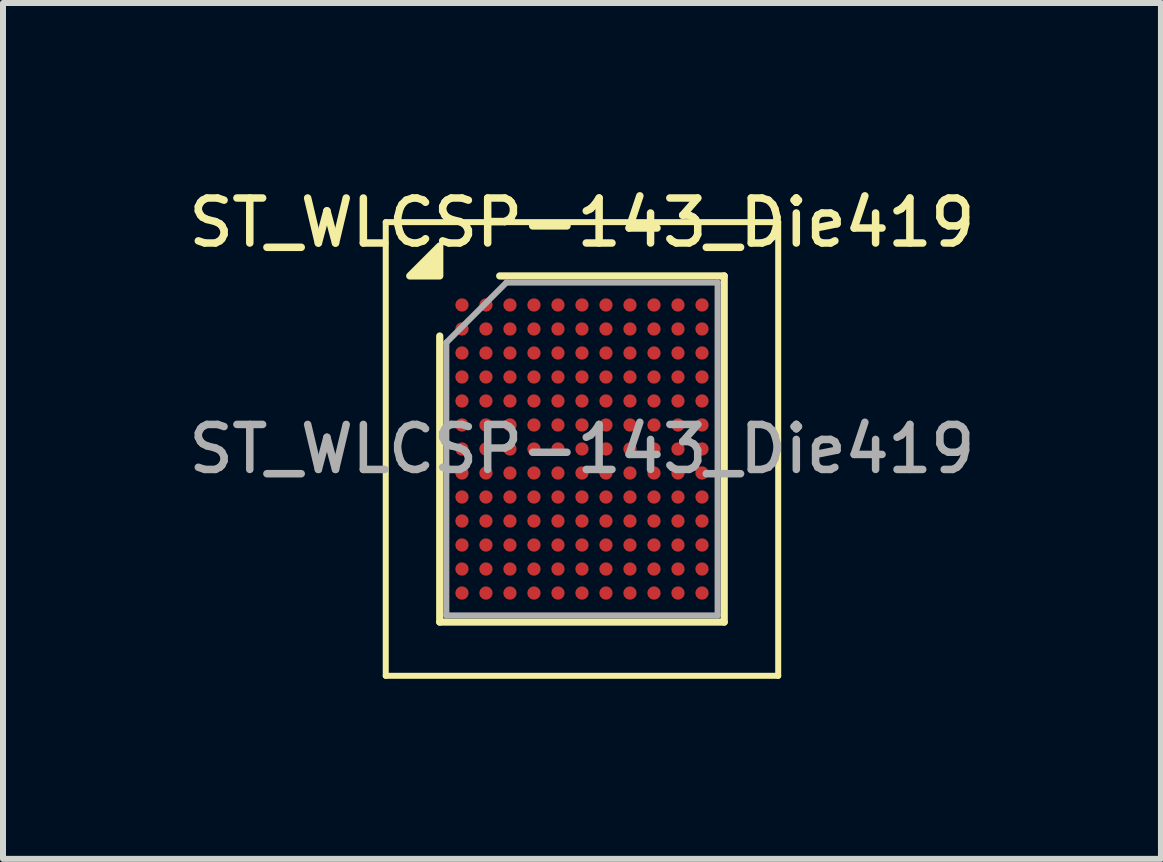
<source format=kicad_pcb>
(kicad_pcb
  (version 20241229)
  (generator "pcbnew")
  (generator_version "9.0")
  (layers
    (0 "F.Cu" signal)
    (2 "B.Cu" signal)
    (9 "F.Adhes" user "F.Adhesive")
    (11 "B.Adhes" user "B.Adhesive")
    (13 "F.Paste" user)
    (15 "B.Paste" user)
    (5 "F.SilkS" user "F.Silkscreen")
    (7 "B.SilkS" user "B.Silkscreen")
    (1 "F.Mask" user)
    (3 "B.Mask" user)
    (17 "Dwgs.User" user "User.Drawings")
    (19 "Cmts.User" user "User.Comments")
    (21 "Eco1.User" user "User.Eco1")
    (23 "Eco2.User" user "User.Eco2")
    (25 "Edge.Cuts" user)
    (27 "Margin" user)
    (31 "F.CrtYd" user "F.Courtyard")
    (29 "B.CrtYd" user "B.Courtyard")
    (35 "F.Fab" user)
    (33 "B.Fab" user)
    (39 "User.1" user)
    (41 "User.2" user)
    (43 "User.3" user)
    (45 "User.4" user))
  (footprint "ST_WLCSP-143_Die419"
    (layer "F.Cu")
    (at 6.648 4.432)
    (property "Reference" "ST_WLCSP-143_Die419" (at 0 -3.773 0) (layer "F.SilkS") (effects (font (size 0.75 0.75) (thickness 0.125))))
    (attr smd)
    (fp_line (start -3.27 -3.78) (end -3.27 3.78) (stroke (width 0.1) (type solid)) (layer "F.SilkS"))
    (fp_line (start -3.27 3.78) (end 3.27 3.78) (stroke (width 0.1) (type solid)) (layer "F.SilkS"))
    (fp_line (start -2.37 2.884) (end -2.37 -1.883) (stroke (width 0.12) (type solid)) (layer "F.SilkS"))
    (fp_line (start -1.371 -2.884) (end 2.37 -2.884) (stroke (width 0.12) (type solid)) (layer "F.SilkS"))
    (fp_line (start 2.37 -2.884) (end 2.37 2.884) (stroke (width 0.12) (type solid)) (layer "F.SilkS"))
    (fp_line (start 2.37 2.884) (end -2.37 2.884) (stroke (width 0.12) (type solid)) (layer "F.SilkS"))
    (fp_line (start 3.27 -3.78) (end -3.27 -3.78) (stroke (width 0.1) (type solid)) (layer "F.SilkS"))
    (fp_line (start 3.27 3.78) (end 3.27 -3.78) (stroke (width 0.1) (type solid)) (layer "F.SilkS"))
    (fp_poly (pts (xy -2.37 -2.884) (xy -2.87 -2.884) (xy -2.37 -3.384) (xy -2.37 -2.884)) (stroke (width 0.12) (type solid)) (fill yes) (layer "F.SilkS"))
    (fp_line (start -2.26 -1.774) (end -1.26 -2.773) (stroke (width 0.1) (type solid)) (layer "F.Fab"))
    (fp_line (start -2.26 2.773) (end -2.26 -1.774) (stroke (width 0.1) (type solid)) (layer "F.Fab"))
    (fp_line (start -1.26 -2.773) (end 2.26 -2.773) (stroke (width 0.1) (type solid)) (layer "F.Fab"))
    (fp_line (start 2.26 -2.773) (end 2.26 2.773) (stroke (width 0.1) (type solid)) (layer "F.Fab"))
    (fp_line (start 2.26 2.773) (end -2.26 2.773) (stroke (width 0.1) (type solid)) (layer "F.Fab"))
    (fp_text user "${REFERENCE}" (at 0 0 0) (layer "F.Fab") (effects (font (size 0.75 0.75) (thickness 0.125))))
    (pad "A1" smd circle (at -2 -2.4) (size 0.22 0.22) (property pad_prop_bga) (layers "F.Cu" "F.Mask" "F.Paste"))
    (pad "A2" smd circle (at -1.6 -2.4) (size 0.22 0.22) (property pad_prop_bga) (layers "F.Cu" "F.Mask" "F.Paste"))
    (pad "A3" smd circle (at -1.2 -2.4) (size 0.22 0.22) (property pad_prop_bga) (layers "F.Cu" "F.Mask" "F.Paste"))
    (pad "A4" smd circle (at -0.8 -2.4) (size 0.22 0.22) (property pad_prop_bga) (layers "F.Cu" "F.Mask" "F.Paste"))
    (pad "A5" smd circle (at -0.4 -2.4) (size 0.22 0.22) (property pad_prop_bga) (layers "F.Cu" "F.Mask" "F.Paste"))
    (pad "A6" smd circle (at 0 -2.4) (size 0.22 0.22) (property pad_prop_bga) (layers "F.Cu" "F.Mask" "F.Paste"))
    (pad "A7" smd circle (at 0.4 -2.4) (size 0.22 0.22) (property pad_prop_bga) (layers "F.Cu" "F.Mask" "F.Paste"))
    (pad "A8" smd circle (at 0.8 -2.4) (size 0.22 0.22) (property pad_prop_bga) (layers "F.Cu" "F.Mask" "F.Paste"))
    (pad "A9" smd circle (at 1.2 -2.4) (size 0.22 0.22) (property pad_prop_bga) (layers "F.Cu" "F.Mask" "F.Paste"))
    (pad "A10" smd circle (at 1.6 -2.4) (size 0.22 0.22) (property pad_prop_bga) (layers "F.Cu" "F.Mask" "F.Paste"))
    (pad "A11" smd circle (at 2 -2.4) (size 0.22 0.22) (property pad_prop_bga) (layers "F.Cu" "F.Mask" "F.Paste"))
    (pad "B1" smd circle (at -2 -2) (size 0.22 0.22) (property pad_prop_bga) (layers "F.Cu" "F.Mask" "F.Paste"))
    (pad "B2" smd circle (at -1.6 -2) (size 0.22 0.22) (property pad_prop_bga) (layers "F.Cu" "F.Mask" "F.Paste"))
    (pad "B3" smd circle (at -1.2 -2) (size 0.22 0.22) (property pad_prop_bga) (layers "F.Cu" "F.Mask" "F.Paste"))
    (pad "B4" smd circle (at -0.8 -2) (size 0.22 0.22) (property pad_prop_bga) (layers "F.Cu" "F.Mask" "F.Paste"))
    (pad "B5" smd circle (at -0.4 -2) (size 0.22 0.22) (property pad_prop_bga) (layers "F.Cu" "F.Mask" "F.Paste"))
    (pad "B6" smd circle (at 0 -2) (size 0.22 0.22) (property pad_prop_bga) (layers "F.Cu" "F.Mask" "F.Paste"))
    (pad "B7" smd circle (at 0.4 -2) (size 0.22 0.22) (property pad_prop_bga) (layers "F.Cu" "F.Mask" "F.Paste"))
    (pad "B8" smd circle (at 0.8 -2) (size 0.22 0.22) (property pad_prop_bga) (layers "F.Cu" "F.Mask" "F.Paste"))
    (pad "B9" smd circle (at 1.2 -2) (size 0.22 0.22) (property pad_prop_bga) (layers "F.Cu" "F.Mask" "F.Paste"))
    (pad "B10" smd circle (at 1.6 -2) (size 0.22 0.22) (property pad_prop_bga) (layers "F.Cu" "F.Mask" "F.Paste"))
    (pad "B11" smd circle (at 2 -2) (size 0.22 0.22) (property pad_prop_bga) (layers "F.Cu" "F.Mask" "F.Paste"))
    (pad "C1" smd circle (at -2 -1.6) (size 0.22 0.22) (property pad_prop_bga) (layers "F.Cu" "F.Mask" "F.Paste"))
    (pad "C2" smd circle (at -1.6 -1.6) (size 0.22 0.22) (property pad_prop_bga) (layers "F.Cu" "F.Mask" "F.Paste"))
    (pad "C3" smd circle (at -1.2 -1.6) (size 0.22 0.22) (property pad_prop_bga) (layers "F.Cu" "F.Mask" "F.Paste"))
    (pad "C4" smd circle (at -0.8 -1.6) (size 0.22 0.22) (property pad_prop_bga) (layers "F.Cu" "F.Mask" "F.Paste"))
    (pad "C5" smd circle (at -0.4 -1.6) (size 0.22 0.22) (property pad_prop_bga) (layers "F.Cu" "F.Mask" "F.Paste"))
    (pad "C6" smd circle (at 0 -1.6) (size 0.22 0.22) (property pad_prop_bga) (layers "F.Cu" "F.Mask" "F.Paste"))
    (pad "C7" smd circle (at 0.4 -1.6) (size 0.22 0.22) (property pad_prop_bga) (layers "F.Cu" "F.Mask" "F.Paste"))
    (pad "C8" smd circle (at 0.8 -1.6) (size 0.22 0.22) (property pad_prop_bga) (layers "F.Cu" "F.Mask" "F.Paste"))
    (pad "C9" smd circle (at 1.2 -1.6) (size 0.22 0.22) (property pad_prop_bga) (layers "F.Cu" "F.Mask" "F.Paste"))
    (pad "C10" smd circle (at 1.6 -1.6) (size 0.22 0.22) (property pad_prop_bga) (layers "F.Cu" "F.Mask" "F.Paste"))
    (pad "C11" smd circle (at 2 -1.6) (size 0.22 0.22) (property pad_prop_bga) (layers "F.Cu" "F.Mask" "F.Paste"))
    (pad "D1" smd circle (at -2 -1.2) (size 0.22 0.22) (property pad_prop_bga) (layers "F.Cu" "F.Mask" "F.Paste"))
    (pad "D2" smd circle (at -1.6 -1.2) (size 0.22 0.22) (property pad_prop_bga) (layers "F.Cu" "F.Mask" "F.Paste"))
    (pad "D3" smd circle (at -1.2 -1.2) (size 0.22 0.22) (property pad_prop_bga) (layers "F.Cu" "F.Mask" "F.Paste"))
    (pad "D4" smd circle (at -0.8 -1.2) (size 0.22 0.22) (property pad_prop_bga) (layers "F.Cu" "F.Mask" "F.Paste"))
    (pad "D5" smd circle (at -0.4 -1.2) (size 0.22 0.22) (property pad_prop_bga) (layers "F.Cu" "F.Mask" "F.Paste"))
    (pad "D6" smd circle (at 0 -1.2) (size 0.22 0.22) (property pad_prop_bga) (layers "F.Cu" "F.Mask" "F.Paste"))
    (pad "D7" smd circle (at 0.4 -1.2) (size 0.22 0.22) (property pad_prop_bga) (layers "F.Cu" "F.Mask" "F.Paste"))
    (pad "D8" smd circle (at 0.8 -1.2) (size 0.22 0.22) (property pad_prop_bga) (layers "F.Cu" "F.Mask" "F.Paste"))
    (pad "D9" smd circle (at 1.2 -1.2) (size 0.22 0.22) (property pad_prop_bga) (layers "F.Cu" "F.Mask" "F.Paste"))
    (pad "D10" smd circle (at 1.6 -1.2) (size 0.22 0.22) (property pad_prop_bga) (layers "F.Cu" "F.Mask" "F.Paste"))
    (pad "D11" smd circle (at 2 -1.2) (size 0.22 0.22) (property pad_prop_bga) (layers "F.Cu" "F.Mask" "F.Paste"))
    (pad "E1" smd circle (at -2 -0.8) (size 0.22 0.22) (property pad_prop_bga) (layers "F.Cu" "F.Mask" "F.Paste"))
    (pad "E2" smd circle (at -1.6 -0.8) (size 0.22 0.22) (property pad_prop_bga) (layers "F.Cu" "F.Mask" "F.Paste"))
    (pad "E3" smd circle (at -1.2 -0.8) (size 0.22 0.22) (property pad_prop_bga) (layers "F.Cu" "F.Mask" "F.Paste"))
    (pad "E4" smd circle (at -0.8 -0.8) (size 0.22 0.22) (property pad_prop_bga) (layers "F.Cu" "F.Mask" "F.Paste"))
    (pad "E5" smd circle (at -0.4 -0.8) (size 0.22 0.22) (property pad_prop_bga) (layers "F.Cu" "F.Mask" "F.Paste"))
    (pad "E6" smd circle (at 0 -0.8) (size 0.22 0.22) (property pad_prop_bga) (layers "F.Cu" "F.Mask" "F.Paste"))
    (pad "E7" smd circle (at 0.4 -0.8) (size 0.22 0.22) (property pad_prop_bga) (layers "F.Cu" "F.Mask" "F.Paste"))
    (pad "E8" smd circle (at 0.8 -0.8) (size 0.22 0.22) (property pad_prop_bga) (layers "F.Cu" "F.Mask" "F.Paste"))
    (pad "E9" smd circle (at 1.2 -0.8) (size 0.22 0.22) (property pad_prop_bga) (layers "F.Cu" "F.Mask" "F.Paste"))
    (pad "E10" smd circle (at 1.6 -0.8) (size 0.22 0.22) (property pad_prop_bga) (layers "F.Cu" "F.Mask" "F.Paste"))
    (pad "E11" smd circle (at 2 -0.8) (size 0.22 0.22) (property pad_prop_bga) (layers "F.Cu" "F.Mask" "F.Paste"))
    (pad "F1" smd circle (at -2 -0.4) (size 0.22 0.22) (property pad_prop_bga) (layers "F.Cu" "F.Mask" "F.Paste"))
    (pad "F2" smd circle (at -1.6 -0.4) (size 0.22 0.22) (property pad_prop_bga) (layers "F.Cu" "F.Mask" "F.Paste"))
    (pad "F3" smd circle (at -1.2 -0.4) (size 0.22 0.22) (property pad_prop_bga) (layers "F.Cu" "F.Mask" "F.Paste"))
    (pad "F4" smd circle (at -0.8 -0.4) (size 0.22 0.22) (property pad_prop_bga) (layers "F.Cu" "F.Mask" "F.Paste"))
    (pad "F5" smd circle (at -0.4 -0.4) (size 0.22 0.22) (property pad_prop_bga) (layers "F.Cu" "F.Mask" "F.Paste"))
    (pad "F6" smd circle (at 0 -0.4) (size 0.22 0.22) (property pad_prop_bga) (layers "F.Cu" "F.Mask" "F.Paste"))
    (pad "F7" smd circle (at 0.4 -0.4) (size 0.22 0.22) (property pad_prop_bga) (layers "F.Cu" "F.Mask" "F.Paste"))
    (pad "F8" smd circle (at 0.8 -0.4) (size 0.22 0.22) (property pad_prop_bga) (layers "F.Cu" "F.Mask" "F.Paste"))
    (pad "F9" smd circle (at 1.2 -0.4) (size 0.22 0.22) (property pad_prop_bga) (layers "F.Cu" "F.Mask" "F.Paste"))
    (pad "F10" smd circle (at 1.6 -0.4) (size 0.22 0.22) (property pad_prop_bga) (layers "F.Cu" "F.Mask" "F.Paste"))
    (pad "F11" smd circle (at 2 -0.4) (size 0.22 0.22) (property pad_prop_bga) (layers "F.Cu" "F.Mask" "F.Paste"))
    (pad "G1" smd circle (at -2 0) (size 0.22 0.22) (property pad_prop_bga) (layers "F.Cu" "F.Mask" "F.Paste"))
    (pad "G2" smd circle (at -1.6 0) (size 0.22 0.22) (property pad_prop_bga) (layers "F.Cu" "F.Mask" "F.Paste"))
    (pad "G3" smd circle (at -1.2 0) (size 0.22 0.22) (property pad_prop_bga) (layers "F.Cu" "F.Mask" "F.Paste"))
    (pad "G4" smd circle (at -0.8 0) (size 0.22 0.22) (property pad_prop_bga) (layers "F.Cu" "F.Mask" "F.Paste"))
    (pad "G5" smd circle (at -0.4 0) (size 0.22 0.22) (property pad_prop_bga) (layers "F.Cu" "F.Mask" "F.Paste"))
    (pad "G6" smd circle (at 0 0) (size 0.22 0.22) (property pad_prop_bga) (layers "F.Cu" "F.Mask" "F.Paste"))
    (pad "G7" smd circle (at 0.4 0) (size 0.22 0.22) (property pad_prop_bga) (layers "F.Cu" "F.Mask" "F.Paste"))
    (pad "G8" smd circle (at 0.8 0) (size 0.22 0.22) (property pad_prop_bga) (layers "F.Cu" "F.Mask" "F.Paste"))
    (pad "G9" smd circle (at 1.2 0) (size 0.22 0.22) (property pad_prop_bga) (layers "F.Cu" "F.Mask" "F.Paste"))
    (pad "G10" smd circle (at 1.6 0) (size 0.22 0.22) (property pad_prop_bga) (layers "F.Cu" "F.Mask" "F.Paste"))
    (pad "G11" smd circle (at 2 0) (size 0.22 0.22) (property pad_prop_bga) (layers "F.Cu" "F.Mask" "F.Paste"))
    (pad "H1" smd circle (at -2 0.4) (size 0.22 0.22) (property pad_prop_bga) (layers "F.Cu" "F.Mask" "F.Paste"))
    (pad "H2" smd circle (at -1.6 0.4) (size 0.22 0.22) (property pad_prop_bga) (layers "F.Cu" "F.Mask" "F.Paste"))
    (pad "H3" smd circle (at -1.2 0.4) (size 0.22 0.22) (property pad_prop_bga) (layers "F.Cu" "F.Mask" "F.Paste"))
    (pad "H4" smd circle (at -0.8 0.4) (size 0.22 0.22) (property pad_prop_bga) (layers "F.Cu" "F.Mask" "F.Paste"))
    (pad "H5" smd circle (at -0.4 0.4) (size 0.22 0.22) (property pad_prop_bga) (layers "F.Cu" "F.Mask" "F.Paste"))
    (pad "H6" smd circle (at 0 0.4) (size 0.22 0.22) (property pad_prop_bga) (layers "F.Cu" "F.Mask" "F.Paste"))
    (pad "H7" smd circle (at 0.4 0.4) (size 0.22 0.22) (property pad_prop_bga) (layers "F.Cu" "F.Mask" "F.Paste"))
    (pad "H8" smd circle (at 0.8 0.4) (size 0.22 0.22) (property pad_prop_bga) (layers "F.Cu" "F.Mask" "F.Paste"))
    (pad "H9" smd circle (at 1.2 0.4) (size 0.22 0.22) (property pad_prop_bga) (layers "F.Cu" "F.Mask" "F.Paste"))
    (pad "H10" smd circle (at 1.6 0.4) (size 0.22 0.22) (property pad_prop_bga) (layers "F.Cu" "F.Mask" "F.Paste"))
    (pad "H11" smd circle (at 2 0.4) (size 0.22 0.22) (property pad_prop_bga) (layers "F.Cu" "F.Mask" "F.Paste"))
    (pad "J1" smd circle (at -2 0.8) (size 0.22 0.22) (property pad_prop_bga) (layers "F.Cu" "F.Mask" "F.Paste"))
    (pad "J2" smd circle (at -1.6 0.8) (size 0.22 0.22) (property pad_prop_bga) (layers "F.Cu" "F.Mask" "F.Paste"))
    (pad "J3" smd circle (at -1.2 0.8) (size 0.22 0.22) (property pad_prop_bga) (layers "F.Cu" "F.Mask" "F.Paste"))
    (pad "J4" smd circle (at -0.8 0.8) (size 0.22 0.22) (property pad_prop_bga) (layers "F.Cu" "F.Mask" "F.Paste"))
    (pad "J5" smd circle (at -0.4 0.8) (size 0.22 0.22) (property pad_prop_bga) (layers "F.Cu" "F.Mask" "F.Paste"))
    (pad "J6" smd circle (at 0 0.8) (size 0.22 0.22) (property pad_prop_bga) (layers "F.Cu" "F.Mask" "F.Paste"))
    (pad "J7" smd circle (at 0.4 0.8) (size 0.22 0.22) (property pad_prop_bga) (layers "F.Cu" "F.Mask" "F.Paste"))
    (pad "J8" smd circle (at 0.8 0.8) (size 0.22 0.22) (property pad_prop_bga) (layers "F.Cu" "F.Mask" "F.Paste"))
    (pad "J9" smd circle (at 1.2 0.8) (size 0.22 0.22) (property pad_prop_bga) (layers "F.Cu" "F.Mask" "F.Paste"))
    (pad "J10" smd circle (at 1.6 0.8) (size 0.22 0.22) (property pad_prop_bga) (layers "F.Cu" "F.Mask" "F.Paste"))
    (pad "J11" smd circle (at 2 0.8) (size 0.22 0.22) (property pad_prop_bga) (layers "F.Cu" "F.Mask" "F.Paste"))
    (pad "K1" smd circle (at -2 1.2) (size 0.22 0.22) (property pad_prop_bga) (layers "F.Cu" "F.Mask" "F.Paste"))
    (pad "K2" smd circle (at -1.6 1.2) (size 0.22 0.22) (property pad_prop_bga) (layers "F.Cu" "F.Mask" "F.Paste"))
    (pad "K3" smd circle (at -1.2 1.2) (size 0.22 0.22) (property pad_prop_bga) (layers "F.Cu" "F.Mask" "F.Paste"))
    (pad "K4" smd circle (at -0.8 1.2) (size 0.22 0.22) (property pad_prop_bga) (layers "F.Cu" "F.Mask" "F.Paste"))
    (pad "K5" smd circle (at -0.4 1.2) (size 0.22 0.22) (property pad_prop_bga) (layers "F.Cu" "F.Mask" "F.Paste"))
    (pad "K6" smd circle (at 0 1.2) (size 0.22 0.22) (property pad_prop_bga) (layers "F.Cu" "F.Mask" "F.Paste"))
    (pad "K7" smd circle (at 0.4 1.2) (size 0.22 0.22) (property pad_prop_bga) (layers "F.Cu" "F.Mask" "F.Paste"))
    (pad "K8" smd circle (at 0.8 1.2) (size 0.22 0.22) (property pad_prop_bga) (layers "F.Cu" "F.Mask" "F.Paste"))
    (pad "K9" smd circle (at 1.2 1.2) (size 0.22 0.22) (property pad_prop_bga) (layers "F.Cu" "F.Mask" "F.Paste"))
    (pad "K10" smd circle (at 1.6 1.2) (size 0.22 0.22) (property pad_prop_bga) (layers "F.Cu" "F.Mask" "F.Paste"))
    (pad "K11" smd circle (at 2 1.2) (size 0.22 0.22) (property pad_prop_bga) (layers "F.Cu" "F.Mask" "F.Paste"))
    (pad "L1" smd circle (at -2 1.6) (size 0.22 0.22) (property pad_prop_bga) (layers "F.Cu" "F.Mask" "F.Paste"))
    (pad "L2" smd circle (at -1.6 1.6) (size 0.22 0.22) (property pad_prop_bga) (layers "F.Cu" "F.Mask" "F.Paste"))
    (pad "L3" smd circle (at -1.2 1.6) (size 0.22 0.22) (property pad_prop_bga) (layers "F.Cu" "F.Mask" "F.Paste"))
    (pad "L4" smd circle (at -0.8 1.6) (size 0.22 0.22) (property pad_prop_bga) (layers "F.Cu" "F.Mask" "F.Paste"))
    (pad "L5" smd circle (at -0.4 1.6) (size 0.22 0.22) (property pad_prop_bga) (layers "F.Cu" "F.Mask" "F.Paste"))
    (pad "L6" smd circle (at 0 1.6) (size 0.22 0.22) (property pad_prop_bga) (layers "F.Cu" "F.Mask" "F.Paste"))
    (pad "L7" smd circle (at 0.4 1.6) (size 0.22 0.22) (property pad_prop_bga) (layers "F.Cu" "F.Mask" "F.Paste"))
    (pad "L8" smd circle (at 0.8 1.6) (size 0.22 0.22) (property pad_prop_bga) (layers "F.Cu" "F.Mask" "F.Paste"))
    (pad "L9" smd circle (at 1.2 1.6) (size 0.22 0.22) (property pad_prop_bga) (layers "F.Cu" "F.Mask" "F.Paste"))
    (pad "L10" smd circle (at 1.6 1.6) (size 0.22 0.22) (property pad_prop_bga) (layers "F.Cu" "F.Mask" "F.Paste"))
    (pad "L11" smd circle (at 2 1.6) (size 0.22 0.22) (property pad_prop_bga) (layers "F.Cu" "F.Mask" "F.Paste"))
    (pad "M1" smd circle (at -2 2) (size 0.22 0.22) (property pad_prop_bga) (layers "F.Cu" "F.Mask" "F.Paste"))
    (pad "M2" smd circle (at -1.6 2) (size 0.22 0.22) (property pad_prop_bga) (layers "F.Cu" "F.Mask" "F.Paste"))
    (pad "M3" smd circle (at -1.2 2) (size 0.22 0.22) (property pad_prop_bga) (layers "F.Cu" "F.Mask" "F.Paste"))
    (pad "M4" smd circle (at -0.8 2) (size 0.22 0.22) (property pad_prop_bga) (layers "F.Cu" "F.Mask" "F.Paste"))
    (pad "M5" smd circle (at -0.4 2) (size 0.22 0.22) (property pad_prop_bga) (layers "F.Cu" "F.Mask" "F.Paste"))
    (pad "M6" smd circle (at 0 2) (size 0.22 0.22) (property pad_prop_bga) (layers "F.Cu" "F.Mask" "F.Paste"))
    (pad "M7" smd circle (at 0.4 2) (size 0.22 0.22) (property pad_prop_bga) (layers "F.Cu" "F.Mask" "F.Paste"))
    (pad "M8" smd circle (at 0.8 2) (size 0.22 0.22) (property pad_prop_bga) (layers "F.Cu" "F.Mask" "F.Paste"))
    (pad "M9" smd circle (at 1.2 2) (size 0.22 0.22) (property pad_prop_bga) (layers "F.Cu" "F.Mask" "F.Paste"))
    (pad "M10" smd circle (at 1.6 2) (size 0.22 0.22) (property pad_prop_bga) (layers "F.Cu" "F.Mask" "F.Paste"))
    (pad "M11" smd circle (at 2 2) (size 0.22 0.22) (property pad_prop_bga) (layers "F.Cu" "F.Mask" "F.Paste"))
    (pad "N1" smd circle (at -2 2.4) (size 0.22 0.22) (property pad_prop_bga) (layers "F.Cu" "F.Mask" "F.Paste"))
    (pad "N2" smd circle (at -1.6 2.4) (size 0.22 0.22) (property pad_prop_bga) (layers "F.Cu" "F.Mask" "F.Paste"))
    (pad "N3" smd circle (at -1.2 2.4) (size 0.22 0.22) (property pad_prop_bga) (layers "F.Cu" "F.Mask" "F.Paste"))
    (pad "N4" smd circle (at -0.8 2.4) (size 0.22 0.22) (property pad_prop_bga) (layers "F.Cu" "F.Mask" "F.Paste"))
    (pad "N5" smd circle (at -0.4 2.4) (size 0.22 0.22) (property pad_prop_bga) (layers "F.Cu" "F.Mask" "F.Paste"))
    (pad "N6" smd circle (at 0 2.4) (size 0.22 0.22) (property pad_prop_bga) (layers "F.Cu" "F.Mask" "F.Paste"))
    (pad "N7" smd circle (at 0.4 2.4) (size 0.22 0.22) (property pad_prop_bga) (layers "F.Cu" "F.Mask" "F.Paste"))
    (pad "N8" smd circle (at 0.8 2.4) (size 0.22 0.22) (property pad_prop_bga) (layers "F.Cu" "F.Mask" "F.Paste"))
    (pad "N9" smd circle (at 1.2 2.4) (size 0.22 0.22) (property pad_prop_bga) (layers "F.Cu" "F.Mask" "F.Paste"))
    (pad "N10" smd circle (at 1.6 2.4) (size 0.22 0.22) (property pad_prop_bga) (layers "F.Cu" "F.Mask" "F.Paste"))
    (pad "N11" smd circle (at 2 2.4) (size 0.22 0.22) (property pad_prop_bga) (layers "F.Cu" "F.Mask" "F.Paste")))
  (gr_rect
    (start -3 -3)
    (end 16.296 11.262)
    (stroke (width 0.1) (type default))
    (fill no)
    (layer "Edge.Cuts")))
</source>
